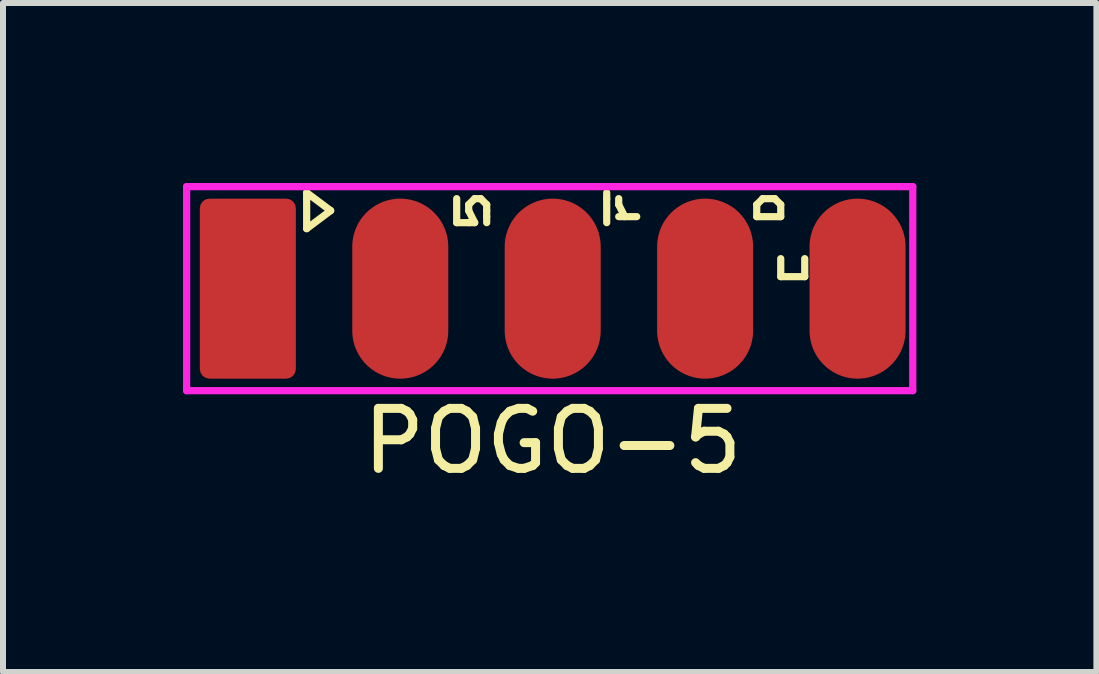
<source format=kicad_pcb>
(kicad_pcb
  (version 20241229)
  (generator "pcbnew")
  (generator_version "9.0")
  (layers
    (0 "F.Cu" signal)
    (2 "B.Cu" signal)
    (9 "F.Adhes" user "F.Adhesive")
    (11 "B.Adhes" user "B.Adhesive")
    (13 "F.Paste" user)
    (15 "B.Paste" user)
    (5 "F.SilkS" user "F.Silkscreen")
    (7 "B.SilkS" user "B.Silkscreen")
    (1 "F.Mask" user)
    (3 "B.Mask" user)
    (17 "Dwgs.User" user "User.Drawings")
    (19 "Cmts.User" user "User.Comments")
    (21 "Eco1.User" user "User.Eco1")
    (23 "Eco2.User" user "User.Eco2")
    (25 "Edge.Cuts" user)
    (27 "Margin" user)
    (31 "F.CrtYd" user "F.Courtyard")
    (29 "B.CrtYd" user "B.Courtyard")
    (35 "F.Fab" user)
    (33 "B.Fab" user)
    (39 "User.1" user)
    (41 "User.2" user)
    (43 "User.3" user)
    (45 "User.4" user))
  (footprint "POGO-5"
    (layer "F.Cu")
    (at 6.16 1.76)
    (property "Reference" "POGO-5" (at 0 2.54 0) (layer "F.SilkS") (effects (font (size 1 1) (thickness 0.15))))
    (attr through_hole)
    (fp_line (start -4.1 -1.6) (end -4.1 -1.5) (stroke (width 0.12) (type solid)) (layer "F.SilkS"))
    (fp_line (start -4.1 -1.5) (end -4.1 -1) (stroke (width 0.12) (type solid)) (layer "F.SilkS"))
    (fp_line (start -4.1 -1) (end -3.7 -1.3) (stroke (width 0.12) (type solid)) (layer "F.SilkS"))
    (fp_line (start -3.7 -1.3) (end -4.1 -1.6) (stroke (width 0.12) (type solid)) (layer "F.SilkS"))
    (fp_line (start -1.6 -1.1) (end -1.6 -1.5) (stroke (width 0.12) (type solid)) (layer "F.SilkS"))
    (fp_line (start -1.6 -1.1) (end -1.4 -1.1) (stroke (width 0.12) (type solid)) (layer "F.SilkS"))
    (fp_line (start -1.4 -1.4) (end -1.3 -1.5) (stroke (width 0.12) (type solid)) (layer "F.SilkS"))
    (fp_line (start -1.4 -1.3) (end -1.4 -1.4) (stroke (width 0.12) (type solid)) (layer "F.SilkS"))
    (fp_line (start -1.4 -1.1) (end -1.3 -1.1) (stroke (width 0.12) (type solid)) (layer "F.SilkS"))
    (fp_line (start -1.3 -1.5) (end -1.2 -1.5) (stroke (width 0.12) (type solid)) (layer "F.SilkS"))
    (fp_line (start -1.3 -1.1) (end -1.4 -1.3) (stroke (width 0.12) (type solid)) (layer "F.SilkS"))
    (fp_line (start -1.2 -1.5) (end -1.1 -1.4) (stroke (width 0.12) (type solid)) (layer "F.SilkS"))
    (fp_line (start -1.1 -1.4) (end -1.1 -1.3) (stroke (width 0.12) (type solid)) (layer "F.SilkS"))
    (fp_line (start -1.1 -1.3) (end -1.1 -1.2) (stroke (width 0.12) (type solid)) (layer "F.SilkS"))
    (fp_line (start -1.1 -1.1) (end -1.1 -1.2) (stroke (width 0.12) (type solid)) (layer "F.SilkS"))
    (fp_line (start 0.9 -1.5) (end 0.9 -1.6) (stroke (width 0.12) (type solid)) (layer "F.SilkS"))
    (fp_line (start 0.9 -1.1) (end 0.9 -1.5) (stroke (width 0.12) (type solid)) (layer "F.SilkS"))
    (fp_line (start 1.1 -1.4) (end 1.1 -1.5) (stroke (width 0.12) (type solid)) (layer "F.SilkS"))
    (fp_line (start 1.2 -1.2) (end 1.1 -1.4) (stroke (width 0.12) (type solid)) (layer "F.SilkS"))
    (fp_line (start 1.4 -1.2) (end 1.1 -1.2) (stroke (width 0.12) (type solid)) (layer "F.SilkS"))
    (fp_line (start 3.4 -1.4) (end 3.4 -1.2) (stroke (width 0.12) (type solid)) (layer "F.SilkS"))
    (fp_line (start 3.4 -1.2) (end 3.8 -1.2) (stroke (width 0.12) (type solid)) (layer "F.SilkS"))
    (fp_line (start 3.5 -1.5) (end 3.4 -1.4) (stroke (width 0.12) (type solid)) (layer "F.SilkS"))
    (fp_line (start 3.7 -1.5) (end 3.5 -1.5) (stroke (width 0.12) (type solid)) (layer "F.SilkS"))
    (fp_line (start 3.8 -1.4) (end 3.7 -1.5) (stroke (width 0.12) (type solid)) (layer "F.SilkS"))
    (fp_line (start 3.8 -1.2) (end 3.8 -1.4) (stroke (width 0.12) (type solid)) (layer "F.SilkS"))
    (fp_line (start 3.8 -0.5) (end 3.8 -0.2) (stroke (width 0.12) (type solid)) (layer "F.SilkS"))
    (fp_line (start 3.8 -0.2) (end 4.2 -0.2) (stroke (width 0.12) (type solid)) (layer "F.SilkS"))
    (fp_line (start 4.2 -0.2) (end 4.2 -0.5) (stroke (width 0.12) (type solid)) (layer "F.SilkS"))
    (fp_line (start -6.1 -1.7) (end -6.1 1.7) (stroke (width 0.12) (type solid)) (layer "F.CrtYd"))
    (fp_line (start -6.1 1.7) (end 6 1.7) (stroke (width 0.12) (type solid)) (layer "F.CrtYd"))
    (fp_line (start 6 -1.7) (end -6.1 -1.7) (stroke (width 0.12) (type solid)) (layer "F.CrtYd"))
    (fp_line (start 6 1.7) (end 6 -1.7) (stroke (width 0.12) (type solid)) (layer "F.CrtYd"))
    (pad "1" smd roundrect (at -5.08 0) (size 1.6 3) (layers "F.Cu" "F.Mask") (roundrect_rratio 0.1))
    (pad "2" smd oval (at -2.54 0) (size 1.6 3) (layers "F.Cu" "F.Mask"))
    (pad "3" smd oval (at 0 0) (size 1.6 3) (layers "F.Cu" "F.Mask"))
    (pad "4" smd oval (at 2.54 0) (size 1.6 3) (layers "F.Cu" "F.Mask"))
    (pad "5" smd oval (at 5.08 0) (size 1.6 3) (layers "F.Cu" "F.Mask")))
  (gr_rect
    (start -3 -3)
    (end 15.22 8.148)
    (stroke (width 0.1) (type default))
    (fill no)
    (layer "Edge.Cuts")))
</source>
